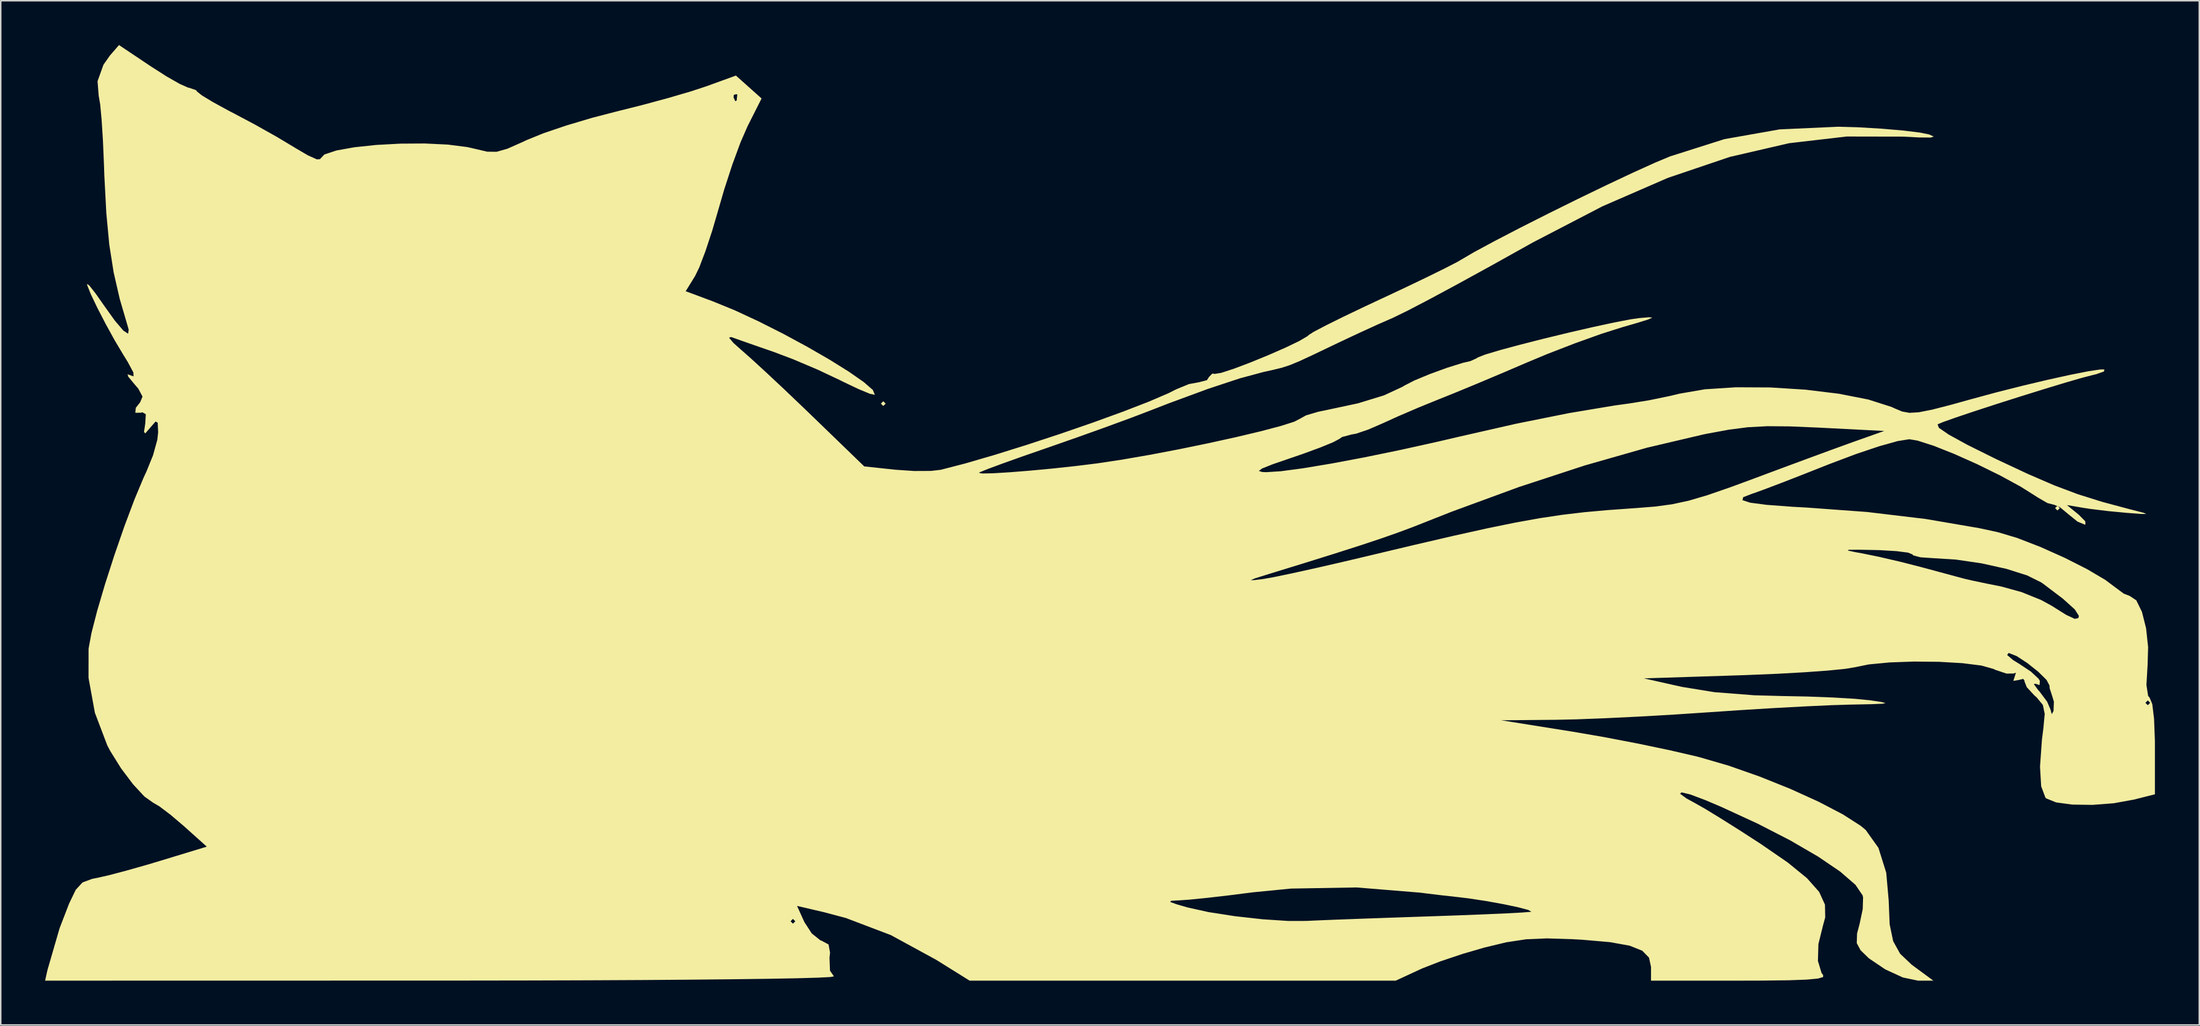
<source format=kicad_pcb>
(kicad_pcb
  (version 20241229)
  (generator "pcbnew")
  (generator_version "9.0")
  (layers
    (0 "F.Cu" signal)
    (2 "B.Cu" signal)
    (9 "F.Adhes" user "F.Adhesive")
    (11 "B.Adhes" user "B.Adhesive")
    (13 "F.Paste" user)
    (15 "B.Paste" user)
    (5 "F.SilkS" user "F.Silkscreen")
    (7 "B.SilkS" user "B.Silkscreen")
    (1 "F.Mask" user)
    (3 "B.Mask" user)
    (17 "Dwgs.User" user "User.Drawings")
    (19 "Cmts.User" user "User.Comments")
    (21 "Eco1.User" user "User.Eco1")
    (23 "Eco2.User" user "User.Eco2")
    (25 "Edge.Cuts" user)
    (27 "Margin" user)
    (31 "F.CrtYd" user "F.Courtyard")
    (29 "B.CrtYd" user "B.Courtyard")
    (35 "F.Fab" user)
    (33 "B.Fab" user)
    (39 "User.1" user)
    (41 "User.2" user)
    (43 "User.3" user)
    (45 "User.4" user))
  (footprint "monogatari"
    (layer "F.Cu")
    (at 66.816 31.187)
    (property "Reference" "monogatari" (at 0 0 0) (layer "F.SilkS") (effects (font (size 1.524 1.524) (thickness 0.3))))
    (attr board_only exclude_from_pos_files exclude_from_bom)
    (fp_poly (pts (xy -9.967 -6.913) (xy -10.128 -6.752) (xy -10.289 -6.913) (xy -10.128 -7.073)) (stroke (width 0) (type solid)) (fill yes) (layer "F.SilkS"))
    (fp_poly (pts (xy 69.448 0.161) (xy 69.287 0.322) (xy 69.127 0.161) (xy 69.287 0)) (stroke (width 0) (type solid)) (fill yes) (layer "F.SilkS"))
    (fp_poly (pts (xy -59.659 -29.741) (xy -58.597 -29.062) (xy -57.706 -28.554) (xy -57.143 -28.305) (xy -57.071 -28.294) (xy -56.605 -28.132) (xy -56.534 -28.036) (xy -56.216 -27.781) (xy -55.463 -27.325) (xy -54.417 -26.752) (xy -54.015 -26.543) (xy -52.611 -25.797) (xy -51.173 -24.988) (xy -49.995 -24.283) (xy -49.916 -24.233) (xy -49.047 -23.723) (xy -48.437 -23.449) (xy -48.228 -23.462) (xy -47.928 -23.779) (xy -47.109 -24.05) (xy -45.897 -24.268) (xy -44.414 -24.425) (xy -42.785 -24.513) (xy -41.133 -24.523) (xy -39.584 -24.449) (xy -38.259 -24.28) (xy -37.693 -24.151) (xy -36.919 -23.969) (xy -36.28 -23.961) (xy -35.553 -24.167) (xy -34.519 -24.625) (xy -34.271 -24.743) (xy -33.129 -25.209) (xy -31.57 -25.739) (xy -29.805 -26.265) (xy -28.176 -26.688) (xy -26.417 -27.129) (xy -24.671 -27.602) (xy -24.504 -27.651) (xy -20.256 -27.651) (xy -20.138 -27.386) (xy -20.041 -27.436) (xy -20.003 -27.818) (xy -20.041 -27.865) (xy -20.232 -27.821) (xy -20.256 -27.651) (xy -24.504 -27.651) (xy -23.148 -28.048) (xy -22.113 -28.388) (xy -20.094 -29.121) (xy -19.226 -28.346) (xy -18.358 -27.571) (xy -19.304 -25.695) (xy -19.787 -24.588) (xy -20.341 -23.08) (xy -20.889 -21.396) (xy -21.236 -20.198) (xy -21.688 -18.647) (xy -22.156 -17.228) (xy -22.58 -16.116) (xy -22.856 -15.549) (xy -23.49 -14.522) (xy -21.632 -13.828) (xy -20.186 -13.236) (xy -18.584 -12.493) (xy -16.918 -11.653) (xy -15.28 -10.767) (xy -13.761 -9.89) (xy -12.452 -9.073) (xy -11.445 -8.37) (xy -10.831 -7.835) (xy -10.702 -7.519) (xy -10.71 -7.509) (xy -11.038 -7.581) (xy -11.787 -7.891) (xy -12.811 -8.377) (xy -13.067 -8.506) (xy -14.561 -9.211) (xy -16.231 -9.919) (xy -17.532 -10.411) (xy -18.729 -10.826) (xy -19.755 -11.186) (xy -20.397 -11.414) (xy -20.416 -11.421) (xy -20.558 -11.377) (xy -20.259 -11.018) (xy -19.773 -10.584) (xy -19.079 -9.972) (xy -18.046 -9.024) (xy -16.796 -7.852) (xy -15.451 -6.568) (xy -14.951 -6.086) (xy -11.414 -2.662) (xy -9.298 -2.436) (xy -8.039 -2.351) (xy -6.902 -2.356) (xy -6.244 -2.432) (xy -4.589 -2.86) (xy -2.609 -3.437) (xy -0.426 -4.119) (xy 1.834 -4.863) (xy 4.047 -5.628) (xy 6.088 -6.37) (xy 7.834 -7.047) (xy 9.159 -7.616) (xy 9.695 -7.886) (xy 10.545 -8.235) (xy 11.222 -8.359) (xy 11.761 -8.499) (xy 11.896 -8.708) (xy 12.127 -8.947) (xy 12.291 -8.924) (xy 12.725 -8.994) (xy 13.58 -9.273) (xy 14.696 -9.695) (xy 15.913 -10.193) (xy 17.071 -10.701) (xy 18.009 -11.152) (xy 18.569 -11.482) (xy 18.646 -11.557) (xy 18.979 -11.771) (xy 19.796 -12.2) (xy 20.991 -12.793) (xy 22.464 -13.498) (xy 23.471 -13.969) (xy 25.123 -14.744) (xy 26.62 -15.462) (xy 27.841 -16.063) (xy 28.666 -16.488) (xy 28.907 -16.627) (xy 29.831 -17.168) (xy 31.214 -17.915) (xy 32.93 -18.807) (xy 34.852 -19.779) (xy 36.855 -20.77) (xy 38.814 -21.718) (xy 40.601 -22.56) (xy 42.092 -23.234) (xy 43.086 -23.65) (xy 46.762 -24.818) (xy 50.497 -25.478) (xy 54.466 -25.658) (xy 55.784 -25.621) (xy 57.392 -25.526) (xy 58.85 -25.401) (xy 59.989 -25.261) (xy 60.606 -25.135) (xy 60.92 -24.993) (xy 60.715 -24.926) (xy 59.949 -24.931) (xy 58.838 -24.988) (xy 55.022 -24.995) (xy 51.137 -24.542) (xy 47.128 -23.614) (xy 42.939 -22.196) (xy 38.515 -20.271) (xy 33.802 -17.822) (xy 33.438 -17.618) (xy 30.928 -16.217) (xy 28.701 -14.994) (xy 26.821 -13.981) (xy 25.348 -13.212) (xy 24.346 -12.722) (xy 24.114 -12.62) (xy 23.314 -12.27) (xy 22.141 -11.734) (xy 20.8 -11.105) (xy 20.256 -10.845) (xy 18.93 -10.21) (xy 18.023 -9.789) (xy 17.375 -9.52) (xy 16.822 -9.34) (xy 16.205 -9.189) (xy 15.594 -9.055) (xy 13.981 -8.621) (xy 11.831 -7.909) (xy 9.181 -6.931) (xy 7.877 -6.424) (xy 6.578 -5.929) (xy 4.878 -5.305) (xy 2.987 -4.628) (xy 1.115 -3.972) (xy 0.897 -3.897) (xy -0.679 -3.35) (xy -2.026 -2.869) (xy -3.035 -2.496) (xy -3.591 -2.271) (xy -3.662 -2.232) (xy -3.448 -2.182) (xy -2.716 -2.196) (xy -1.589 -2.264) (xy -0.188 -2.376) (xy 1.365 -2.522) (xy 2.95 -2.694) (xy 4.341 -2.867) (xy 6.013 -3.119) (xy 7.896 -3.445) (xy 9.881 -3.824) (xy 11.865 -4.232) (xy 13.741 -4.646) (xy 15.403 -5.041) (xy 16.747 -5.396) (xy 17.665 -5.687) (xy 18.05 -5.886) (xy 18.465 -6.118) (xy 19.289 -6.361) (xy 19.819 -6.471) (xy 21.976 -6.932) (xy 23.737 -7.471) (xy 24.986 -8.05) (xy 25.104 -8.125) (xy 25.789 -8.478) (xy 26.843 -8.915) (xy 28.02 -9.344) (xy 29.07 -9.672) (xy 29.58 -9.79) (xy 29.965 -9.964) (xy 30.097 -10.044) (xy 30.6 -10.24) (xy 31.598 -10.538) (xy 32.955 -10.904) (xy 34.538 -11.307) (xy 36.212 -11.713) (xy 37.842 -12.089) (xy 39.295 -12.403) (xy 40.435 -12.622) (xy 40.986 -12.701) (xy 41.673 -12.76) (xy 41.888 -12.734) (xy 41.592 -12.602) (xy 40.743 -12.341) (xy 39.868 -12.089) (xy 38.426 -11.631) (xy 36.649 -10.994) (xy 34.788 -10.273) (xy 33.438 -9.71) (xy 31.75 -8.986) (xy 30.022 -8.258) (xy 28.476 -7.619) (xy 27.49 -7.223) (xy 26.099 -6.657) (xy 24.688 -6.051) (xy 23.652 -5.58) (xy 22.666 -5.153) (xy 21.858 -4.879) (xy 21.546 -4.823) (xy 20.902 -4.652) (xy 20.722 -4.525) (xy 20.298 -4.298) (xy 19.415 -3.936) (xy 18.225 -3.5) (xy 17.523 -3.259) (xy 16.231 -2.815) (xy 15.499 -2.524) (xy 15.273 -2.358) (xy 15.498 -2.283) (xy 15.766 -2.271) (xy 16.757 -2.334) (xy 18.268 -2.536) (xy 20.193 -2.857) (xy 22.429 -3.278) (xy 24.87 -3.781) (xy 27.412 -4.345) (xy 28.776 -4.664) (xy 32.675 -5.551) (xy 36.223 -6.265) (xy 39.314 -6.783) (xy 40.351 -6.926) (xy 41.654 -7.137) (xy 43.108 -7.437) (xy 43.714 -7.584) (xy 45.437 -7.882) (xy 47.542 -8.019) (xy 49.864 -8.007) (xy 52.24 -7.857) (xy 54.506 -7.581) (xy 56.498 -7.189) (xy 58.052 -6.692) (xy 58.312 -6.574) (xy 58.782 -6.377) (xy 59.272 -6.289) (xy 59.906 -6.326) (xy 60.808 -6.504) (xy 62.103 -6.837) (xy 63.5 -7.226) (xy 65.18 -7.681) (xy 66.929 -8.123) (xy 68.627 -8.526) (xy 70.153 -8.862) (xy 71.384 -9.105) (xy 72.2 -9.227) (xy 72.459 -9.226) (xy 72.431 -9.088) (xy 71.906 -8.903) (xy 71.699 -8.854) (xy 70.962 -8.663) (xy 69.806 -8.328) (xy 68.365 -7.89) (xy 66.77 -7.393) (xy 65.155 -6.879) (xy 63.653 -6.389) (xy 62.396 -5.966) (xy 61.518 -5.653) (xy 61.18 -5.51) (xy 61.266 -5.276) (xy 61.939 -4.812) (xy 63.186 -4.127) (xy 64.995 -3.227) (xy 65.176 -3.14) (xy 67.306 -2.142) (xy 69.071 -1.379) (xy 70.669 -0.778) (xy 72.298 -0.266) (xy 74.156 0.233) (xy 74.432 0.302) (xy 75.123 0.481) (xy 75.295 0.56) (xy 74.909 0.555) (xy 73.949 0.481) (xy 72.703 0.362) (xy 71.523 0.218) (xy 71.056 0.147) (xy 69.93 -0.044) (xy 70.734 0.614) (xy 71.167 1.054) (xy 71.178 1.273) (xy 71.136 1.279) (xy 70.643 1.074) (xy 70.017 0.569) (xy 70.011 0.563) (xy 69.435 0.085) (xy 69.035 -0.076) (xy 69.025 -0.073) (xy 68.608 -0.181) (xy 67.949 -0.562) (xy 67.9 -0.596) (xy 66.795 -1.293) (xy 65.397 -2.055) (xy 63.853 -2.814) (xy 62.311 -3.503) (xy 60.917 -4.058) (xy 59.819 -4.41) (xy 59.264 -4.501) (xy 58.484 -4.377) (xy 57.241 -4.03) (xy 55.664 -3.5) (xy 53.877 -2.826) (xy 53.712 -2.761) (xy 52.101 -2.123) (xy 50.654 -1.559) (xy 49.499 -1.12) (xy 48.766 -0.854) (xy 48.63 -0.81) (xy 48.031 -0.577) (xy 47.982 -0.377) (xy 48.505 -0.206) (xy 49.619 -0.059) (xy 51.346 0.07) (xy 52.327 0.124) (xy 56.413 0.424) (xy 60.371 0.897) (xy 63.988 1.517) (xy 65.268 1.794) (xy 66.577 2.187) (xy 68.139 2.793) (xy 69.772 3.524) (xy 71.295 4.296) (xy 72.527 5.024) (xy 73.166 5.504) (xy 73.771 5.951) (xy 74.176 6.109) (xy 74.619 6.404) (xy 75.001 7.185) (xy 75.281 8.295) (xy 75.418 9.576) (xy 75.383 10.787) (xy 75.304 12.131) (xy 75.418 12.872) (xy 75.524 13.001) (xy 75.7 13.432) (xy 75.82 14.423) (xy 75.876 15.892) (xy 75.878 16.378) (xy 75.878 19.536) (xy 74.45 19.896) (xy 73.097 20.142) (xy 71.656 20.253) (xy 70.299 20.233) (xy 69.199 20.086) (xy 68.53 19.816) (xy 68.47 19.758) (xy 68.185 18.993) (xy 68.107 17.668) (xy 68.237 15.831) (xy 68.336 15.055) (xy 68.425 14.088) (xy 68.299 13.486) (xy 67.887 12.985) (xy 67.721 12.837) (xy 67.211 12.285) (xy 67.052 11.882) (xy 67.064 11.851) (xy 66.969 11.721) (xy 66.679 11.794) (xy 66.305 11.856) (xy 66.391 11.58) (xy 66.479 11.303) (xy 66.322 11.359) (xy 65.838 11.364) (xy 65.083 11.11) (xy 64.955 11.048) (xy 64.137 10.819) (xy 62.853 10.658) (xy 61.277 10.567) (xy 59.582 10.55) (xy 57.942 10.608) (xy 56.531 10.743) (xy 55.623 10.927) (xy 54.961 11.04) (xy 53.775 11.159) (xy 52.181 11.275) (xy 50.298 11.379) (xy 48.244 11.464) (xy 47.906 11.476) (xy 41.315 11.688) (xy 43.887 12.264) (xy 46.085 12.622) (xy 48.778 12.832) (xy 50.639 12.883) (xy 52.407 12.918) (xy 54.121 12.984) (xy 55.583 13.071) (xy 56.587 13.169) (xy 57.349 13.281) (xy 57.658 13.356) (xy 57.466 13.404) (xy 56.728 13.435) (xy 55.395 13.462) (xy 55.301 13.463) (xy 53.998 13.503) (xy 52.217 13.585) (xy 50.12 13.698) (xy 47.872 13.836) (xy 45.656 13.986) (xy 43.356 14.139) (xy 40.988 14.275) (xy 38.733 14.385) (xy 36.771 14.461) (xy 35.367 14.492) (xy 31.67 14.526) (xy 36.492 15.296) (xy 38.6 15.659) (xy 40.877 16.095) (xy 43.066 16.553) (xy 44.906 16.98) (xy 45.078 17.024) (xy 47.049 17.598) (xy 49.141 18.333) (xy 51.216 19.167) (xy 53.139 20.041) (xy 54.771 20.894) (xy 55.976 21.667) (xy 56.32 21.952) (xy 57.18 23.163) (xy 57.707 24.847) (xy 57.872 26.726) (xy 57.937 28.334) (xy 58.174 29.479) (xy 58.648 30.333) (xy 59.424 31.068) (xy 59.585 31.189) (xy 60.894 32.152) (xy 59.859 32.152) (xy 58.834 31.938) (xy 57.638 31.388) (xy 56.534 30.642) (xy 55.972 30.096) (xy 55.713 29.612) (xy 55.733 28.965) (xy 55.914 28.269) (xy 56.116 27.309) (xy 56.14 26.522) (xy 56.11 26.38) (xy 55.621 25.66) (xy 54.596 24.772) (xy 53.104 23.757) (xy 51.218 22.659) (xy 49.007 21.521) (xy 46.542 20.385) (xy 45.495 19.939) (xy 44.456 19.547) (xy 43.864 19.405) (xy 43.764 19.499) (xy 44.2 19.819) (xy 44.772 20.131) (xy 45.447 20.515) (xy 46.511 21.165) (xy 47.817 21.988) (xy 49.207 22.887) (xy 51.043 24.151) (xy 52.347 25.215) (xy 53.17 26.144) (xy 53.563 27.007) (xy 53.579 27.871) (xy 53.431 28.412) (xy 53.119 29.672) (xy 53.086 30.816) (xy 53.333 31.637) (xy 53.436 31.766) (xy 53.44 31.906) (xy 53.09 32.01) (xy 52.325 32.082) (xy 51.082 32.127) (xy 49.299 32.148) (xy 47.81 32.152) (xy 41.797 32.152) (xy 41.797 31.219) (xy 41.662 30.594) (xy 41.204 30.125) (xy 40.351 29.784) (xy 39.027 29.546) (xy 37.158 29.383) (xy 36.492 29.346) (xy 34.741 29.291) (xy 33.343 29.352) (xy 32.017 29.554) (xy 30.544 29.907) (xy 29.044 30.344) (xy 27.552 30.845) (xy 26.351 31.312) (xy 26.173 31.392) (xy 24.534 32.152) (xy -4.287 32.152) (xy -6.565 30.732) (xy -9.613 29.069) (xy -12.657 27.911) (xy -14.141 27.516) (xy -15.959 27.092) (xy -15.463 28.187) (xy -14.962 28.958) (xy -14.379 29.422) (xy -14.294 29.451) (xy -13.827 29.703) (xy -13.727 30.259) (xy -13.765 30.6) (xy -13.731 31.477) (xy -13.465 31.861) (xy -13.706 31.907) (xy -14.551 31.95) (xy -15.961 31.99) (xy -17.895 32.026) (xy -20.316 32.058) (xy -23.184 32.086) (xy -26.459 32.11) (xy -30.103 32.128) (xy -34.076 32.14) (xy -38.339 32.146) (xy -39.919 32.147) (xy -66.816 32.152) (xy -66.655 31.428) (xy -65.833 28.594) (xy -65.655 28.133) (xy -16.397 28.133) (xy -16.237 28.294) (xy -16.076 28.133) (xy -16.237 27.972) (xy -16.397 28.133) (xy -65.655 28.133) (xy -65.193 26.935) (xy -65.14 26.824) (xy 9.276 26.824) (xy 9.744 26.992) (xy 10.449 27.195) (xy 11.873 27.511) (xy 13.654 27.788) (xy 15.54 27.998) (xy 17.277 28.112) (xy 18.487 28.109) (xy 19.191 28.076) (xy 20.421 28.026) (xy 22.059 27.965) (xy 23.987 27.896) (xy 26.09 27.824) (xy 26.686 27.804) (xy 28.724 27.733) (xy 30.533 27.662) (xy 32.019 27.596) (xy 33.087 27.539) (xy 33.644 27.495) (xy 33.701 27.483) (xy 33.495 27.365) (xy 32.811 27.184) (xy 31.808 26.973) (xy 30.643 26.762) (xy 29.475 26.584) (xy 28.84 26.507) (xy 27.658 26.375) (xy 26.579 26.245) (xy 26.204 26.196) (xy 21.881 25.842) (xy 17.443 25.919) (xy 14.896 26.169) (xy 13.271 26.375) (xy 11.782 26.547) (xy 10.598 26.666) (xy 9.912 26.715) (xy 9.348 26.746) (xy 9.276 26.824) (xy -65.14 26.824) (xy -64.743 26.002) (xy -64.287 25.504) (xy -63.635 25.261) (xy -63.383 25.213) (xy -62.571 25.032) (xy -61.344 24.71) (xy -59.901 24.301) (xy -59.047 24.045) (xy -55.88 23.08) (xy -57.44 21.681) (xy -58.328 20.925) (xy -59.089 20.35) (xy -59.513 20.102) (xy -60.104 19.682) (xy -60.869 18.854) (xy -61.679 17.778) (xy -62.405 16.613) (xy -62.608 16.23) (xy -63.449 14.016) (xy -63.879 11.651) (xy -63.877 10.106) (xy 65.884 10.106) (xy 66.289 10.45) (xy 66.69 10.696) (xy 67.489 11.227) (xy 68.013 11.715) (xy 68.098 11.861) (xy 68.073 12.146) (xy 67.802 12.05) (xy 67.688 12.074) (xy 67.967 12.459) (xy 68.082 12.588) (xy 68.591 13.27) (xy 68.829 13.828) (xy 68.83 13.846) (xy 68.9 14.112) (xy 69.022 13.895) (xy 69.042 13.343) (xy 75.235 13.343) (xy 75.396 13.504) (xy 75.557 13.343) (xy 75.396 13.182) (xy 75.235 13.343) (xy 69.042 13.343) (xy 69.045 13.267) (xy 68.945 12.931) (xy 68.76 12.359) (xy 68.745 12.163) (xy 68.547 11.791) (xy 67.985 11.237) (xy 67.248 10.65) (xy 66.525 10.179) (xy 66.003 9.973) (xy 65.981 9.972) (xy 65.884 10.106) (xy -63.877 10.106) (xy -63.876 9.683) (xy -63.68 8.617) (xy -63.291 7.105) (xy -62.758 5.297) (xy -62.674 5.037) (xy 14.72 5.037) (xy 14.974 5.035) (xy 15.594 4.957) (xy 16.32 4.827) (xy 17.542 4.572) (xy 19.133 4.22) (xy 20.964 3.799) (xy 22.667 3.397) (xy 24.2 3.031) (xy 55.105 3.031) (xy 55.555 3.131) (xy 56.105 3.231) (xy 57.247 3.465) (xy 58.694 3.802) (xy 60.124 4.169) (xy 61.342 4.498) (xy 62.353 4.771) (xy 62.968 4.936) (xy 63.018 4.95) (xy 63.575 5.077) (xy 64.538 5.279) (xy 65.512 5.475) (xy 66.858 5.847) (xy 68.181 6.381) (xy 68.888 6.769) (xy 69.882 7.392) (xy 70.457 7.659) (xy 70.704 7.605) (xy 70.734 7.453) (xy 70.459 7.02) (xy 69.653 6.294) (xy 68.344 5.301) (xy 68.193 5.193) (xy 67.238 4.718) (xy 65.83 4.273) (xy 64.16 3.902) (xy 62.417 3.646) (xy 60.847 3.548) (xy 60.012 3.49) (xy 59.528 3.359) (xy 59.479 3.296) (xy 59.182 3.175) (xy 58.397 3.074) (xy 57.279 3.008) (xy 56.987 3) (xy 55.776 2.978) (xy 55.164 2.984) (xy 55.105 3.031) (xy 24.2 3.031) (xy 25.844 2.64) (xy 28.496 2.024) (xy 30.72 1.53) (xy 32.614 1.143) (xy 34.276 0.843) (xy 35.804 0.614) (xy 37.296 0.438) (xy 38.85 0.297) (xy 40.563 0.175) (xy 40.714 0.165) (xy 42.059 0.058) (xy 43.214 -0.097) (xy 44.342 -0.34) (xy 45.607 -0.712) (xy 47.172 -1.254) (xy 48.752 -1.837) (xy 50.58 -2.52) (xy 52.374 -3.185) (xy 53.967 -3.771) (xy 55.194 -4.217) (xy 55.551 -4.345) (xy 57.569 -5.061) (xy 53.14 -5.288) (xy 51.179 -5.371) (xy 49.652 -5.384) (xy 48.348 -5.314) (xy 47.061 -5.148) (xy 45.583 -4.875) (xy 45.36 -4.83) (xy 41.531 -3.93) (xy 37.313 -2.725) (xy 32.857 -1.264) (xy 28.312 0.406) (xy 26.686 1.049) (xy 25.664 1.452) (xy 24.625 1.839) (xy 23.468 2.244) (xy 22.092 2.701) (xy 20.395 3.244) (xy 18.275 3.906) (xy 15.915 4.634) (xy 15.024 4.913) (xy 14.72 5.037) (xy -62.674 5.037) (xy -62.129 3.343) (xy -61.454 1.394) (xy -60.781 -0.401) (xy -60.159 -1.892) (xy -59.967 -2.305) (xy -59.515 -3.417) (xy -59.226 -4.464) (xy -59.17 -4.963) (xy -59.2 -5.619) (xy -59.342 -5.702) (xy -59.689 -5.305) (xy -60.043 -4.894) (xy -60.126 -5.003) (xy -60.041 -5.565) (xy -60.005 -6.196) (xy -60.239 -6.326) (xy -60.326 -6.298) (xy -60.716 -6.291) (xy -60.68 -6.63) (xy -60.386 -7.005) (xy -60.227 -7.388) (xy -60.51 -7.922) (xy -60.787 -8.246) (xy -61.191 -8.737) (xy -61.236 -8.904) (xy -61.169 -8.875) (xy -60.833 -8.757) (xy -60.847 -9.024) (xy -61.224 -9.729) (xy -61.527 -10.219) (xy -62.095 -11.173) (xy -62.707 -12.284) (xy -63.278 -13.388) (xy -63.725 -14.321) (xy -63.964 -14.918) (xy -63.982 -15.016) (xy -63.822 -14.906) (xy -63.404 -14.374) (xy -62.864 -13.603) (xy -62.092 -12.522) (xy -61.522 -11.856) (xy -61.199 -11.645) (xy -61.164 -11.927) (xy -61.214 -12.106) (xy -61.769 -14.003) (xy -62.181 -15.803) (xy -62.475 -17.679) (xy -62.675 -19.804) (xy -62.809 -22.35) (xy -62.837 -23.149) (xy -62.905 -24.738) (xy -62.993 -26.126) (xy -63.09 -27.169) (xy -63.185 -27.721) (xy -63.189 -27.732) (xy -63.269 -28.739) (xy -62.867 -29.859) (xy -62.426 -30.485) (xy -61.817 -31.187)) (stroke (width 0) (type solid)) (fill yes) (layer "F.SilkS")))
  (gr_rect
    (start -3 -3)
    (end 145.694 66.339)
    (stroke (width 0.1) (type default))
    (fill no)
    (layer "Edge.Cuts")))
</source>
